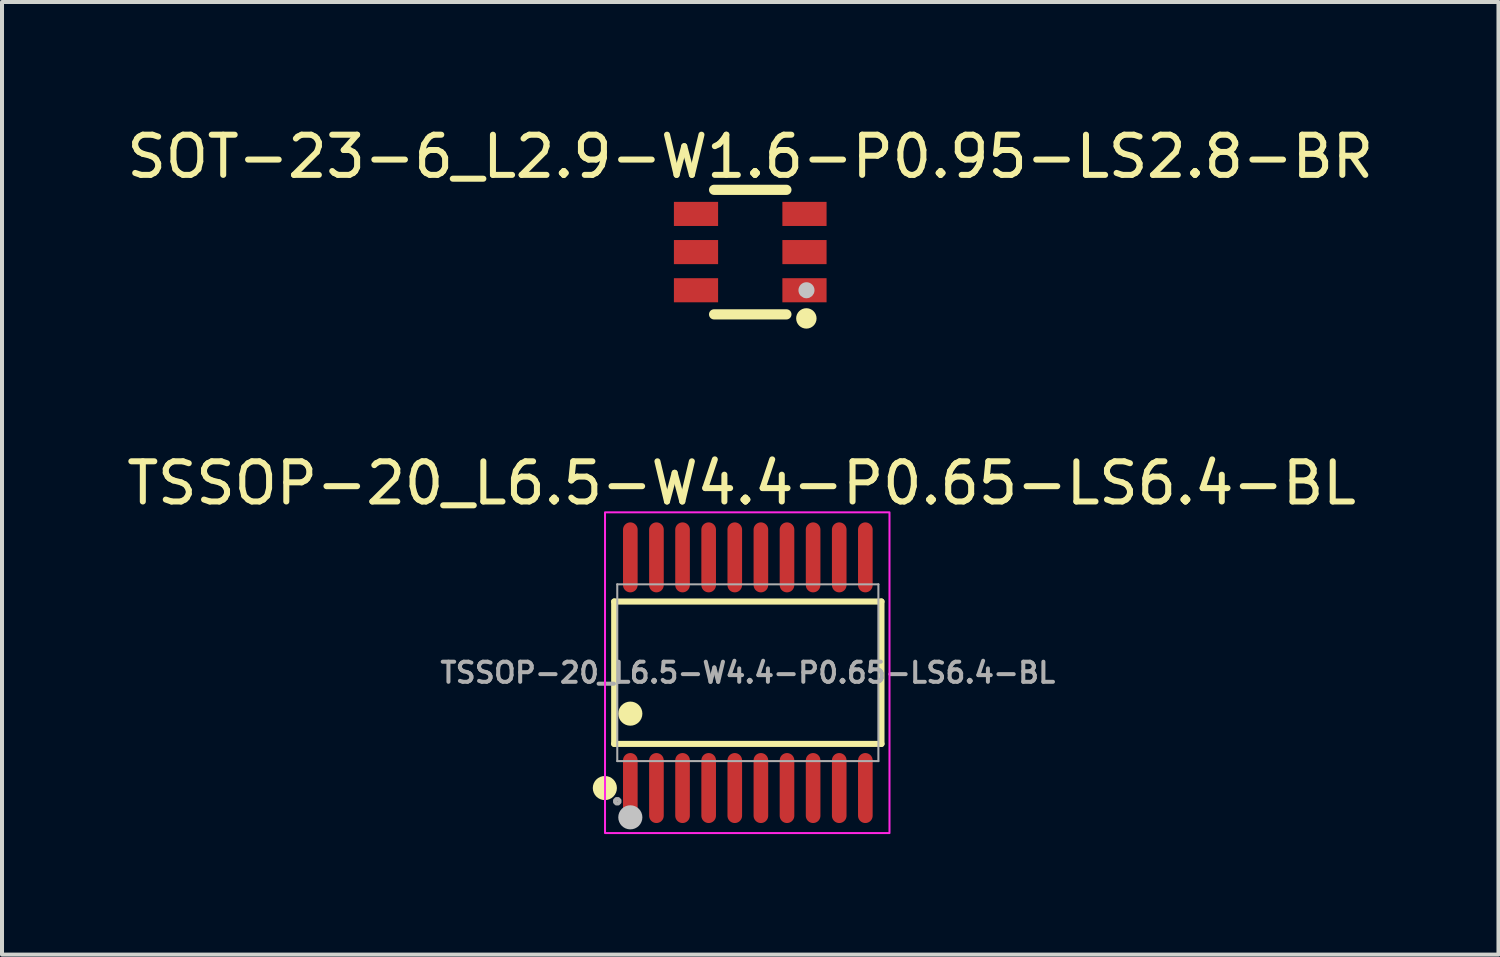
<source format=kicad_pcb>
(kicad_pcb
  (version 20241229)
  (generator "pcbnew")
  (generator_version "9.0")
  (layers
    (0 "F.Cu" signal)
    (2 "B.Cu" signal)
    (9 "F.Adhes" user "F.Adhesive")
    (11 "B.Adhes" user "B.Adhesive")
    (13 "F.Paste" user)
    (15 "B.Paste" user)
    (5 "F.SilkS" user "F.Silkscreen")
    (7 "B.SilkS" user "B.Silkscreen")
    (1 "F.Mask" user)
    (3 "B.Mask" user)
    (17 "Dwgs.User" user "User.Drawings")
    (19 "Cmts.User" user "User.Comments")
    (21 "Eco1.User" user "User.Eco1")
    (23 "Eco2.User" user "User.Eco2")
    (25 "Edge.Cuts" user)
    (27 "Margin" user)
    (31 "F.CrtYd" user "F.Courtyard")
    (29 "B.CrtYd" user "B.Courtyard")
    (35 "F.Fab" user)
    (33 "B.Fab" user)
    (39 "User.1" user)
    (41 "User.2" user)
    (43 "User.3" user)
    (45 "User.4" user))
  (footprint "SOT-23-6_L2.9-W1.6-P0.95-LS2.8-BR"
    (layer "F.Cu")
    (at 15.625 3.225)
    (property "Reference" "SOT-23-6_L2.9-W1.6-P0.95-LS2.8-BR" (at 0 -2.377 0) (layer "F.SilkS") (effects (font (size 1 1) (thickness 0.15))))
    (fp_line (start -0.9 -1.55) (end 0.9 -1.55) (stroke (width 0.254) (type default)) (layer "F.SilkS"))
    (fp_line (start -0.9 1.55) (end 0.9 1.55) (stroke (width 0.254) (type default)) (layer "F.SilkS"))
    (fp_circle (center 1.397 1.651) (end 1.524 1.651) (stroke (width 0.254) (type default)) (fill no) (layer "F.SilkS"))
    (fp_circle (center 1.4 0.95) (end 1.5 0.95) (stroke (width 0.2) (type default)) (fill no) (layer "Dwgs.User"))
    (fp_poly (pts (xy -0.935 -0.735) (xy -0.935 -1.165) (xy -0.79 -1.165) (xy -0.79 -0.735)) (stroke (width 0.1) (type default)) (fill no) (layer "User.1"))
    (fp_poly (pts (xy -0.935 0.215) (xy -0.935 -0.215) (xy -0.79 -0.215) (xy -0.79 0.215)) (stroke (width 0.1) (type default)) (fill no) (layer "User.1"))
    (fp_poly (pts (xy -0.935 1.165) (xy -0.935 0.735) (xy -0.79 0.735) (xy -0.79 1.165)) (stroke (width 0.1) (type default)) (fill no) (layer "User.1"))
    (fp_poly (pts (xy -0.925 -0.735) (xy -0.925 -1.165) (xy -1.4 -1.165) (xy -1.4 -0.735)) (stroke (width 0.1) (type default)) (fill no) (layer "User.1"))
    (fp_poly (pts (xy -0.925 0.215) (xy -0.925 -0.215) (xy -1.4 -0.215) (xy -1.4 0.215)) (stroke (width 0.1) (type default)) (fill no) (layer "User.1"))
    (fp_poly (pts (xy -0.925 1.165) (xy -0.925 0.735) (xy -1.4 0.735) (xy -1.4 1.165)) (stroke (width 0.1) (type default)) (fill no) (layer "User.1"))
    (fp_poly (pts (xy 0.925 -0.735) (xy 0.925 -1.165) (xy 1.4 -1.165) (xy 1.4 -0.735)) (stroke (width 0.1) (type default)) (fill no) (layer "User.1"))
    (fp_poly (pts (xy 0.925 0.215) (xy 0.925 -0.215) (xy 1.4 -0.215) (xy 1.4 0.215)) (stroke (width 0.1) (type default)) (fill no) (layer "User.1"))
    (fp_poly (pts (xy 0.925 1.165) (xy 0.925 0.735) (xy 1.4 0.735) (xy 1.4 1.165)) (stroke (width 0.1) (type default)) (fill no) (layer "User.1"))
    (fp_poly (pts (xy 0.935 -1.165) (xy 0.935 -0.735) (xy 0.79 -0.735) (xy 0.79 -1.165)) (stroke (width 0.1) (type default)) (fill no) (layer "User.1"))
    (fp_poly (pts (xy 0.935 -0.215) (xy 0.935 0.215) (xy 0.79 0.215) (xy 0.79 -0.215)) (stroke (width 0.1) (type default)) (fill no) (layer "User.1"))
    (fp_poly (pts (xy 0.935 0.735) (xy 0.935 1.165) (xy 0.79 1.165) (xy 0.79 0.735)) (stroke (width 0.1) (type default)) (fill no) (layer "User.1"))
    (fp_line (start -0.8 -1.45) (end 0.8 -1.45) (stroke (width 0.051) (type default)) (layer "User.2"))
    (fp_line (start -0.8 1.45) (end -0.8 -1.45) (stroke (width 0.051) (type default)) (layer "User.2"))
    (fp_line (start 0.8 -1.45) (end 0.8 1.45) (stroke (width 0.051) (type default)) (layer "User.2"))
    (fp_line (start 0.8 1.45) (end -0.8 1.45) (stroke (width 0.051) (type default)) (layer "User.2"))
    (fp_poly (pts (xy 1.455 1.427) (xy 1.423 1.395) (xy 1.377 1.395) (xy 1.345 1.427) (xy 1.345 1.473) (xy 1.377 1.505) (xy 1.423 1.505) (xy 1.455 1.473)) (stroke (width 0.1) (type default)) (fill no) (layer "User.3"))
    (pad "1" smd rect (at 1.35 0.95) (size 1.1 0.6) (layers "F.Cu" "F.Mask" "F.Paste"))
    (pad "2" smd rect (at 1.35 0) (size 1.1 0.6) (layers "F.Cu" "F.Mask" "F.Paste"))
    (pad "3" smd rect (at 1.35 -0.95) (size 1.1 0.6) (layers "F.Cu" "F.Mask" "F.Paste"))
    (pad "4" smd rect (at -1.35 -0.95) (size 1.1 0.6) (layers "F.Cu" "F.Mask" "F.Paste"))
    (pad "5" smd rect (at -1.35 0) (size 1.1 0.6) (layers "F.Cu" "F.Mask" "F.Paste"))
    (pad "6" smd rect (at -1.35 0.95) (size 1.1 0.6) (layers "F.Cu" "F.Mask" "F.Paste")))
  (footprint "TSSOP-20_L6.5-W4.4-P0.65-LS6.4-BL"
    (layer "F.Cu")
    (at 15.565 13.695)
    (property "Reference" "TSSOP-20_L6.5-W4.4-P0.65-LS6.4-BL" (at -0.155 -4.717 0) (layer "F.SilkS") (effects (font (size 1 1) (thickness 0.15))))
    (fp_line (start -3.326 -1.772) (end 3.326 -1.772) (stroke (width 0.152) (type default)) (layer "F.SilkS"))
    (fp_line (start -3.326 1.772) (end -3.326 -1.772) (stroke (width 0.152) (type default)) (layer "F.SilkS"))
    (fp_line (start 3.326 -1.772) (end 3.326 1.772) (stroke (width 0.152) (type default)) (layer "F.SilkS"))
    (fp_line (start 3.326 1.772) (end -3.326 1.772) (stroke (width 0.152) (type default)) (layer "F.SilkS"))
    (fp_circle (center -3.559 2.871) (end -3.409 2.871) (stroke (width 0.3) (type default)) (fill no) (layer "F.SilkS"))
    (fp_circle (center -2.925 1.019) (end -2.775 1.019) (stroke (width 0.3) (type default)) (fill no) (layer "F.SilkS"))
    (fp_circle (center -2.925 3.6) (end -2.775 3.6) (stroke (width 0.3) (type default)) (fill no) (layer "Dwgs.User"))
    (fp_rect (start -3.555 -3.992) (end 3.526 3.992) (stroke (width 0.05) (type default)) (fill no) (layer "F.CrtYd"))
    (fp_line (start -3.25 -2.2) (end 3.25 -2.2) (stroke (width 0.051) (type default)) (layer "F.Fab"))
    (fp_line (start -3.25 2.2) (end -3.25 -2.2) (stroke (width 0.051) (type default)) (layer "F.Fab"))
    (fp_line (start 3.25 -2.2) (end 3.25 2.2) (stroke (width 0.051) (type default)) (layer "F.Fab"))
    (fp_line (start 3.25 2.2) (end -3.25 2.2) (stroke (width 0.051) (type default)) (layer "F.Fab"))
    (fp_poly (pts (xy -3.195 3.177) (xy -3.227 3.145) (xy -3.273 3.145) (xy -3.305 3.177) (xy -3.305 3.223) (xy -3.273 3.255) (xy -3.227 3.255) (xy -3.195 3.223)) (stroke (width 0.1) (type default)) (fill no) (layer "F.Fab"))
    (fp_poly (pts (xy -3.055 -3.2) (xy -3.055 -2.6) (xy -2.795 -2.6) (xy -2.795 -3.2)) (stroke (width 0.1) (type default)) (fill no) (layer "User.1"))
    (fp_poly (pts (xy -3.055 -2.61) (xy -3.055 -2.19) (xy -2.795 -2.19) (xy -2.795 -2.61)) (stroke (width 0.1) (type default)) (fill no) (layer "User.1"))
    (fp_poly (pts (xy -3.055 2.61) (xy -3.055 2.19) (xy -2.795 2.19) (xy -2.795 2.61)) (stroke (width 0.1) (type default)) (fill no) (layer "User.1"))
    (fp_poly (pts (xy -3.055 3.2) (xy -3.055 2.6) (xy -2.795 2.6) (xy -2.795 3.2)) (stroke (width 0.1) (type default)) (fill no) (layer "User.1"))
    (fp_poly (pts (xy -2.405 -3.2) (xy -2.405 -2.6) (xy -2.145 -2.6) (xy -2.145 -3.2)) (stroke (width 0.1) (type default)) (fill no) (layer "User.1"))
    (fp_poly (pts (xy -2.405 -2.61) (xy -2.405 -2.19) (xy -2.145 -2.19) (xy -2.145 -2.61)) (stroke (width 0.1) (type default)) (fill no) (layer "User.1"))
    (fp_poly (pts (xy -2.405 2.61) (xy -2.405 2.19) (xy -2.145 2.19) (xy -2.145 2.61)) (stroke (width 0.1) (type default)) (fill no) (layer "User.1"))
    (fp_poly (pts (xy -2.405 3.2) (xy -2.405 2.6) (xy -2.145 2.6) (xy -2.145 3.2)) (stroke (width 0.1) (type default)) (fill no) (layer "User.1"))
    (fp_poly (pts (xy -1.755 -3.2) (xy -1.755 -2.6) (xy -1.495 -2.6) (xy -1.495 -3.2)) (stroke (width 0.1) (type default)) (fill no) (layer "User.1"))
    (fp_poly (pts (xy -1.755 -2.61) (xy -1.755 -2.19) (xy -1.495 -2.19) (xy -1.495 -2.61)) (stroke (width 0.1) (type default)) (fill no) (layer "User.1"))
    (fp_poly (pts (xy -1.755 2.61) (xy -1.755 2.19) (xy -1.495 2.19) (xy -1.495 2.61)) (stroke (width 0.1) (type default)) (fill no) (layer "User.1"))
    (fp_poly (pts (xy -1.755 3.2) (xy -1.755 2.6) (xy -1.495 2.6) (xy -1.495 3.2)) (stroke (width 0.1) (type default)) (fill no) (layer "User.1"))
    (fp_poly (pts (xy -1.105 -3.2) (xy -1.105 -2.6) (xy -0.845 -2.6) (xy -0.845 -3.2)) (stroke (width 0.1) (type default)) (fill no) (layer "User.1"))
    (fp_poly (pts (xy -1.105 -2.61) (xy -1.105 -2.19) (xy -0.845 -2.19) (xy -0.845 -2.61)) (stroke (width 0.1) (type default)) (fill no) (layer "User.1"))
    (fp_poly (pts (xy -1.105 2.61) (xy -1.105 2.19) (xy -0.845 2.19) (xy -0.845 2.61)) (stroke (width 0.1) (type default)) (fill no) (layer "User.1"))
    (fp_poly (pts (xy -1.105 3.2) (xy -1.105 2.6) (xy -0.845 2.6) (xy -0.845 3.2)) (stroke (width 0.1) (type default)) (fill no) (layer "User.1"))
    (fp_poly (pts (xy -0.455 -3.2) (xy -0.455 -2.6) (xy -0.195 -2.6) (xy -0.195 -3.2)) (stroke (width 0.1) (type default)) (fill no) (layer "User.1"))
    (fp_poly (pts (xy -0.455 -2.61) (xy -0.455 -2.19) (xy -0.195 -2.19) (xy -0.195 -2.61)) (stroke (width 0.1) (type default)) (fill no) (layer "User.1"))
    (fp_poly (pts (xy -0.455 2.61) (xy -0.455 2.19) (xy -0.195 2.19) (xy -0.195 2.61)) (stroke (width 0.1) (type default)) (fill no) (layer "User.1"))
    (fp_poly (pts (xy -0.455 3.2) (xy -0.455 2.6) (xy -0.195 2.6) (xy -0.195 3.2)) (stroke (width 0.1) (type default)) (fill no) (layer "User.1"))
    (fp_poly (pts (xy 0.195 -3.2) (xy 0.195 -2.6) (xy 0.455 -2.6) (xy 0.455 -3.2)) (stroke (width 0.1) (type default)) (fill no) (layer "User.1"))
    (fp_poly (pts (xy 0.195 -2.61) (xy 0.195 -2.19) (xy 0.455 -2.19) (xy 0.455 -2.61)) (stroke (width 0.1) (type default)) (fill no) (layer "User.1"))
    (fp_poly (pts (xy 0.195 2.61) (xy 0.195 2.19) (xy 0.455 2.19) (xy 0.455 2.61)) (stroke (width 0.1) (type default)) (fill no) (layer "User.1"))
    (fp_poly (pts (xy 0.195 3.2) (xy 0.195 2.6) (xy 0.455 2.6) (xy 0.455 3.2)) (stroke (width 0.1) (type default)) (fill no) (layer "User.1"))
    (fp_poly (pts (xy 0.845 -3.2) (xy 0.845 -2.6) (xy 1.105 -2.6) (xy 1.105 -3.2)) (stroke (width 0.1) (type default)) (fill no) (layer "User.1"))
    (fp_poly (pts (xy 0.845 -2.61) (xy 0.845 -2.19) (xy 1.105 -2.19) (xy 1.105 -2.61)) (stroke (width 0.1) (type default)) (fill no) (layer "User.1"))
    (fp_poly (pts (xy 0.845 2.61) (xy 0.845 2.19) (xy 1.105 2.19) (xy 1.105 2.61)) (stroke (width 0.1) (type default)) (fill no) (layer "User.1"))
    (fp_poly (pts (xy 0.845 3.2) (xy 0.845 2.6) (xy 1.105 2.6) (xy 1.105 3.2)) (stroke (width 0.1) (type default)) (fill no) (layer "User.1"))
    (fp_poly (pts (xy 1.495 -3.2) (xy 1.495 -2.6) (xy 1.755 -2.6) (xy 1.755 -3.2)) (stroke (width 0.1) (type default)) (fill no) (layer "User.1"))
    (fp_poly (pts (xy 1.495 -2.61) (xy 1.495 -2.19) (xy 1.755 -2.19) (xy 1.755 -2.61)) (stroke (width 0.1) (type default)) (fill no) (layer "User.1"))
    (fp_poly (pts (xy 1.495 2.61) (xy 1.495 2.19) (xy 1.755 2.19) (xy 1.755 2.61)) (stroke (width 0.1) (type default)) (fill no) (layer "User.1"))
    (fp_poly (pts (xy 1.495 3.2) (xy 1.495 2.6) (xy 1.755 2.6) (xy 1.755 3.2)) (stroke (width 0.1) (type default)) (fill no) (layer "User.1"))
    (fp_poly (pts (xy 2.145 -3.2) (xy 2.145 -2.6) (xy 2.405 -2.6) (xy 2.405 -3.2)) (stroke (width 0.1) (type default)) (fill no) (layer "User.1"))
    (fp_poly (pts (xy 2.145 -2.61) (xy 2.145 -2.19) (xy 2.405 -2.19) (xy 2.405 -2.61)) (stroke (width 0.1) (type default)) (fill no) (layer "User.1"))
    (fp_poly (pts (xy 2.145 2.61) (xy 2.145 2.19) (xy 2.405 2.19) (xy 2.405 2.61)) (stroke (width 0.1) (type default)) (fill no) (layer "User.1"))
    (fp_poly (pts (xy 2.145 3.2) (xy 2.145 2.6) (xy 2.405 2.6) (xy 2.405 3.2)) (stroke (width 0.1) (type default)) (fill no) (layer "User.1"))
    (fp_poly (pts (xy 2.795 -3.2) (xy 2.795 -2.6) (xy 3.055 -2.6) (xy 3.055 -3.2)) (stroke (width 0.1) (type default)) (fill no) (layer "User.1"))
    (fp_poly (pts (xy 2.795 -2.61) (xy 2.795 -2.19) (xy 3.055 -2.19) (xy 3.055 -2.61)) (stroke (width 0.1) (type default)) (fill no) (layer "User.1"))
    (fp_poly (pts (xy 2.795 2.61) (xy 2.795 2.19) (xy 3.055 2.19) (xy 3.055 2.61)) (stroke (width 0.1) (type default)) (fill no) (layer "User.1"))
    (fp_poly (pts (xy 2.795 3.2) (xy 2.795 2.6) (xy 3.055 2.6) (xy 3.055 3.2)) (stroke (width 0.1) (type default)) (fill no) (layer "User.1"))
    (fp_text user "${REFERENCE}" (at 0 0 0) (layer "F.Fab") (effects (font (size 0.5 0.5) (thickness 0.1))))
    (pad "1" smd oval (at -2.925 2.871) (size 0.364 1.742) (layers "F.Cu" "F.Mask" "F.Paste"))
    (pad "2" smd oval (at -2.275 2.871) (size 0.364 1.742) (layers "F.Cu" "F.Mask" "F.Paste"))
    (pad "3" smd oval (at -1.625 2.871) (size 0.364 1.742) (layers "F.Cu" "F.Mask" "F.Paste"))
    (pad "4" smd oval (at -0.975 2.871) (size 0.364 1.742) (layers "F.Cu" "F.Mask" "F.Paste"))
    (pad "5" smd oval (at -0.325 2.871) (size 0.364 1.742) (layers "F.Cu" "F.Mask" "F.Paste"))
    (pad "6" smd oval (at 0.325 2.871) (size 0.364 1.742) (layers "F.Cu" "F.Mask" "F.Paste"))
    (pad "7" smd oval (at 0.975 2.871) (size 0.364 1.742) (layers "F.Cu" "F.Mask" "F.Paste"))
    (pad "8" smd oval (at 1.625 2.871) (size 0.364 1.742) (layers "F.Cu" "F.Mask" "F.Paste"))
    (pad "9" smd oval (at 2.275 2.871) (size 0.364 1.742) (layers "F.Cu" "F.Mask" "F.Paste"))
    (pad "10" smd oval (at 2.925 2.871) (size 0.364 1.742) (layers "F.Cu" "F.Mask" "F.Paste"))
    (pad "11" smd oval (at 2.925 -2.871) (size 0.364 1.742) (layers "F.Cu" "F.Mask" "F.Paste"))
    (pad "12" smd oval (at 2.275 -2.871) (size 0.364 1.742) (layers "F.Cu" "F.Mask" "F.Paste"))
    (pad "13" smd oval (at 1.625 -2.871) (size 0.364 1.742) (layers "F.Cu" "F.Mask" "F.Paste"))
    (pad "14" smd oval (at 0.975 -2.871) (size 0.364 1.742) (layers "F.Cu" "F.Mask" "F.Paste"))
    (pad "15" smd oval (at 0.325 -2.871) (size 0.364 1.742) (layers "F.Cu" "F.Mask" "F.Paste"))
    (pad "16" smd oval (at -0.325 -2.871) (size 0.364 1.742) (layers "F.Cu" "F.Mask" "F.Paste"))
    (pad "17" smd oval (at -0.975 -2.871) (size 0.364 1.742) (layers "F.Cu" "F.Mask" "F.Paste"))
    (pad "18" smd oval (at -1.625 -2.871) (size 0.364 1.742) (layers "F.Cu" "F.Mask" "F.Paste"))
    (pad "19" smd oval (at -2.275 -2.871) (size 0.364 1.742) (layers "F.Cu" "F.Mask" "F.Paste"))
    (pad "20" smd oval (at -2.925 -2.871) (size 0.364 1.742) (layers "F.Cu" "F.Mask" "F.Paste")))
  (gr_rect
    (start -3 -3)
    (end 34.25 20.712)
    (stroke (width 0.1) (type default))
    (fill no)
    (layer "Edge.Cuts")))
</source>
